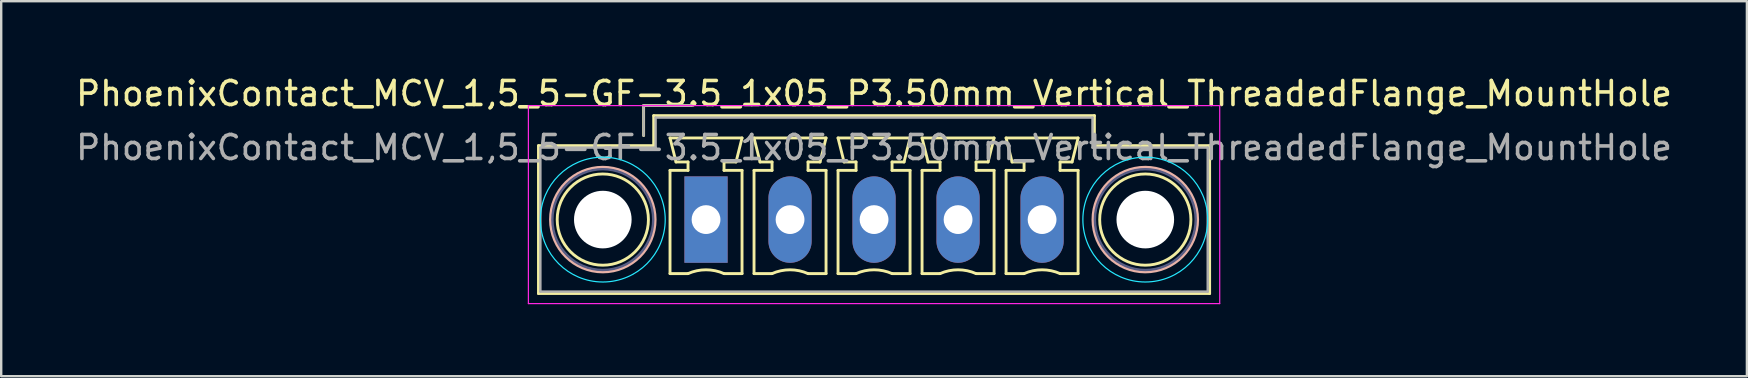
<source format=kicad_pcb>
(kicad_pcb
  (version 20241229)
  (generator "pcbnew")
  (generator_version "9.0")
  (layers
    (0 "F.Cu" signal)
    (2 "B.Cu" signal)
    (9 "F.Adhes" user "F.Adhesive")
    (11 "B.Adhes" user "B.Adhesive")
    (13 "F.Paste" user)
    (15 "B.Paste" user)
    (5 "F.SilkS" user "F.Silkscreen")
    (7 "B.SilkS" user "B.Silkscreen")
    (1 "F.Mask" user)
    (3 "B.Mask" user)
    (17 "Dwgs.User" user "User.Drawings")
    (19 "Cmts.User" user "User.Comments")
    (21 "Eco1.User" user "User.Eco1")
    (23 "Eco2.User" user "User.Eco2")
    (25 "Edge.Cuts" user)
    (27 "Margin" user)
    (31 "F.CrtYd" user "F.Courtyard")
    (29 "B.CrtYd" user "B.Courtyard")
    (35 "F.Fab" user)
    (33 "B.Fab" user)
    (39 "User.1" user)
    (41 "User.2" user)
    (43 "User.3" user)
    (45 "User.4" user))
  (footprint "PhoenixContact_MCV_1,5_5-GF-3.5_1x05_P3.50mm_Vertical_ThreadedFlange_MountHole"
    (layer "F.Cu")
    (at 26.363 6.098)
    (property "Reference" "PhoenixContact_MCV_1,5_5-GF-3.5_1x05_P3.50mm_Vertical_ThreadedFlange_MountHole" (at 7 -5.25 0) (layer "F.SilkS") (effects (font (size 1 1) (thickness 0.15))))
    (attr through_hole)
    (fp_line (start -6.98 -3.08) (end -6.98 3.08) (stroke (width 0.12) (type solid)) (layer "F.SilkS"))
    (fp_line (start -6.98 3.08) (end 20.98 3.08) (stroke (width 0.12) (type solid)) (layer "F.SilkS"))
    (fp_line (start -2.6 -4.75) (end -0.6 -4.75) (stroke (width 0.12) (type solid)) (layer "F.SilkS"))
    (fp_line (start -2.6 -3.5) (end -2.6 -4.75) (stroke (width 0.12) (type solid)) (layer "F.SilkS"))
    (fp_line (start -2.18 -4.33) (end -2.18 -3.08) (stroke (width 0.12) (type solid)) (layer "F.SilkS"))
    (fp_line (start -2.18 -3.08) (end -6.98 -3.08) (stroke (width 0.12) (type solid)) (layer "F.SilkS"))
    (fp_line (start -1.5 -3.4) (end 1.5 -3.4) (stroke (width 0.12) (type solid)) (layer "F.SilkS"))
    (fp_line (start -1.5 -2.05) (end -0.75 -2.05) (stroke (width 0.12) (type solid)) (layer "F.SilkS"))
    (fp_line (start -1.5 2.25) (end -1.5 -2.05) (stroke (width 0.12) (type solid)) (layer "F.SilkS"))
    (fp_line (start -1.25 -2.4) (end -1.5 -3.4) (stroke (width 0.12) (type solid)) (layer "F.SilkS"))
    (fp_line (start -0.75 -2.4) (end -1.25 -2.4) (stroke (width 0.12) (type solid)) (layer "F.SilkS"))
    (fp_line (start -0.75 -2.05) (end -0.75 -2.4) (stroke (width 0.12) (type solid)) (layer "F.SilkS"))
    (fp_line (start -0.75 2.25) (end -1.5 2.25) (stroke (width 0.12) (type solid)) (layer "F.SilkS"))
    (fp_line (start 0.75 -2.4) (end 0.75 -2.05) (stroke (width 0.12) (type solid)) (layer "F.SilkS"))
    (fp_line (start 0.75 -2.05) (end 1.5 -2.05) (stroke (width 0.12) (type solid)) (layer "F.SilkS"))
    (fp_line (start 1.25 -2.4) (end 0.75 -2.4) (stroke (width 0.12) (type solid)) (layer "F.SilkS"))
    (fp_line (start 1.5 -3.4) (end 1.25 -2.4) (stroke (width 0.12) (type solid)) (layer "F.SilkS"))
    (fp_line (start 1.5 -2.05) (end 1.5 2.25) (stroke (width 0.12) (type solid)) (layer "F.SilkS"))
    (fp_line (start 1.5 2.25) (end 0.75 2.25) (stroke (width 0.12) (type solid)) (layer "F.SilkS"))
    (fp_line (start 2 -3.4) (end 5 -3.4) (stroke (width 0.12) (type solid)) (layer "F.SilkS"))
    (fp_line (start 2 -2.05) (end 2.75 -2.05) (stroke (width 0.12) (type solid)) (layer "F.SilkS"))
    (fp_line (start 2 2.25) (end 2 -2.05) (stroke (width 0.12) (type solid)) (layer "F.SilkS"))
    (fp_line (start 2.25 -2.4) (end 2 -3.4) (stroke (width 0.12) (type solid)) (layer "F.SilkS"))
    (fp_line (start 2.75 -2.4) (end 2.25 -2.4) (stroke (width 0.12) (type solid)) (layer "F.SilkS"))
    (fp_line (start 2.75 -2.05) (end 2.75 -2.4) (stroke (width 0.12) (type solid)) (layer "F.SilkS"))
    (fp_line (start 2.75 2.25) (end 2 2.25) (stroke (width 0.12) (type solid)) (layer "F.SilkS"))
    (fp_line (start 4.25 -2.4) (end 4.25 -2.05) (stroke (width 0.12) (type solid)) (layer "F.SilkS"))
    (fp_line (start 4.25 -2.05) (end 5 -2.05) (stroke (width 0.12) (type solid)) (layer "F.SilkS"))
    (fp_line (start 4.75 -2.4) (end 4.25 -2.4) (stroke (width 0.12) (type solid)) (layer "F.SilkS"))
    (fp_line (start 5 -3.4) (end 4.75 -2.4) (stroke (width 0.12) (type solid)) (layer "F.SilkS"))
    (fp_line (start 5 -2.05) (end 5 2.25) (stroke (width 0.12) (type solid)) (layer "F.SilkS"))
    (fp_line (start 5 2.25) (end 4.25 2.25) (stroke (width 0.12) (type solid)) (layer "F.SilkS"))
    (fp_line (start 5.5 -3.4) (end 8.5 -3.4) (stroke (width 0.12) (type solid)) (layer "F.SilkS"))
    (fp_line (start 5.5 -2.05) (end 6.25 -2.05) (stroke (width 0.12) (type solid)) (layer "F.SilkS"))
    (fp_line (start 5.5 2.25) (end 5.5 -2.05) (stroke (width 0.12) (type solid)) (layer "F.SilkS"))
    (fp_line (start 5.75 -2.4) (end 5.5 -3.4) (stroke (width 0.12) (type solid)) (layer "F.SilkS"))
    (fp_line (start 6.25 -2.4) (end 5.75 -2.4) (stroke (width 0.12) (type solid)) (layer "F.SilkS"))
    (fp_line (start 6.25 -2.05) (end 6.25 -2.4) (stroke (width 0.12) (type solid)) (layer "F.SilkS"))
    (fp_line (start 6.25 2.25) (end 5.5 2.25) (stroke (width 0.12) (type solid)) (layer "F.SilkS"))
    (fp_line (start 7.75 -2.4) (end 7.75 -2.05) (stroke (width 0.12) (type solid)) (layer "F.SilkS"))
    (fp_line (start 7.75 -2.05) (end 8.5 -2.05) (stroke (width 0.12) (type solid)) (layer "F.SilkS"))
    (fp_line (start 8.25 -2.4) (end 7.75 -2.4) (stroke (width 0.12) (type solid)) (layer "F.SilkS"))
    (fp_line (start 8.5 -3.4) (end 8.25 -2.4) (stroke (width 0.12) (type solid)) (layer "F.SilkS"))
    (fp_line (start 8.5 -2.05) (end 8.5 2.25) (stroke (width 0.12) (type solid)) (layer "F.SilkS"))
    (fp_line (start 8.5 2.25) (end 7.75 2.25) (stroke (width 0.12) (type solid)) (layer "F.SilkS"))
    (fp_line (start 9 -3.4) (end 12 -3.4) (stroke (width 0.12) (type solid)) (layer "F.SilkS"))
    (fp_line (start 9 -2.05) (end 9.75 -2.05) (stroke (width 0.12) (type solid)) (layer "F.SilkS"))
    (fp_line (start 9 2.25) (end 9 -2.05) (stroke (width 0.12) (type solid)) (layer "F.SilkS"))
    (fp_line (start 9.25 -2.4) (end 9 -3.4) (stroke (width 0.12) (type solid)) (layer "F.SilkS"))
    (fp_line (start 9.75 -2.4) (end 9.25 -2.4) (stroke (width 0.12) (type solid)) (layer "F.SilkS"))
    (fp_line (start 9.75 -2.05) (end 9.75 -2.4) (stroke (width 0.12) (type solid)) (layer "F.SilkS"))
    (fp_line (start 9.75 2.25) (end 9 2.25) (stroke (width 0.12) (type solid)) (layer "F.SilkS"))
    (fp_line (start 11.25 -2.4) (end 11.25 -2.05) (stroke (width 0.12) (type solid)) (layer "F.SilkS"))
    (fp_line (start 11.25 -2.05) (end 12 -2.05) (stroke (width 0.12) (type solid)) (layer "F.SilkS"))
    (fp_line (start 11.75 -2.4) (end 11.25 -2.4) (stroke (width 0.12) (type solid)) (layer "F.SilkS"))
    (fp_line (start 12 -3.4) (end 11.75 -2.4) (stroke (width 0.12) (type solid)) (layer "F.SilkS"))
    (fp_line (start 12 -2.05) (end 12 2.25) (stroke (width 0.12) (type solid)) (layer "F.SilkS"))
    (fp_line (start 12 2.25) (end 11.25 2.25) (stroke (width 0.12) (type solid)) (layer "F.SilkS"))
    (fp_line (start 12.5 -3.4) (end 15.5 -3.4) (stroke (width 0.12) (type solid)) (layer "F.SilkS"))
    (fp_line (start 12.5 -2.05) (end 13.25 -2.05) (stroke (width 0.12) (type solid)) (layer "F.SilkS"))
    (fp_line (start 12.5 2.25) (end 12.5 -2.05) (stroke (width 0.12) (type solid)) (layer "F.SilkS"))
    (fp_line (start 12.75 -2.4) (end 12.5 -3.4) (stroke (width 0.12) (type solid)) (layer "F.SilkS"))
    (fp_line (start 13.25 -2.4) (end 12.75 -2.4) (stroke (width 0.12) (type solid)) (layer "F.SilkS"))
    (fp_line (start 13.25 -2.05) (end 13.25 -2.4) (stroke (width 0.12) (type solid)) (layer "F.SilkS"))
    (fp_line (start 13.25 2.25) (end 12.5 2.25) (stroke (width 0.12) (type solid)) (layer "F.SilkS"))
    (fp_line (start 14.75 -2.4) (end 14.75 -2.05) (stroke (width 0.12) (type solid)) (layer "F.SilkS"))
    (fp_line (start 14.75 -2.05) (end 15.5 -2.05) (stroke (width 0.12) (type solid)) (layer "F.SilkS"))
    (fp_line (start 15.25 -2.4) (end 14.75 -2.4) (stroke (width 0.12) (type solid)) (layer "F.SilkS"))
    (fp_line (start 15.5 -3.4) (end 15.25 -2.4) (stroke (width 0.12) (type solid)) (layer "F.SilkS"))
    (fp_line (start 15.5 -2.05) (end 15.5 2.25) (stroke (width 0.12) (type solid)) (layer "F.SilkS"))
    (fp_line (start 15.5 2.25) (end 14.75 2.25) (stroke (width 0.12) (type solid)) (layer "F.SilkS"))
    (fp_line (start 16.18 -4.33) (end -2.18 -4.33) (stroke (width 0.12) (type solid)) (layer "F.SilkS"))
    (fp_line (start 16.18 -3.08) (end 16.18 -4.33) (stroke (width 0.12) (type solid)) (layer "F.SilkS"))
    (fp_line (start 20.98 -3.08) (end 16.18 -3.08) (stroke (width 0.12) (type solid)) (layer "F.SilkS"))
    (fp_line (start 20.98 3.08) (end 20.98 -3.08) (stroke (width 0.12) (type solid)) (layer "F.SilkS"))
    (fp_arc (start -0.75 2.25) (mid -0.000193 2.09191) (end 0.749647 2.249844) (stroke (width 0.12) (type solid)) (layer "F.SilkS"))
    (fp_arc (start 2.75 2.25) (mid 3.499807 2.09191) (end 4.249647 2.249844) (stroke (width 0.12) (type solid)) (layer "F.SilkS"))
    (fp_arc (start 6.25 2.25) (mid 6.999807 2.09191) (end 7.749647 2.249844) (stroke (width 0.12) (type solid)) (layer "F.SilkS"))
    (fp_arc (start 9.75 2.25) (mid 10.499807 2.09191) (end 11.249647 2.249844) (stroke (width 0.12) (type solid)) (layer "F.SilkS"))
    (fp_arc (start 13.25 2.25) (mid 13.999807 2.09191) (end 14.749647 2.249844) (stroke (width 0.12) (type solid)) (layer "F.SilkS"))
    (fp_circle (center -4.3 0) (end -2.4 0) (stroke (width 0.12) (type solid)) (fill no) (layer "F.SilkS"))
    (fp_circle (center 18.3 0) (end 20.2 0) (stroke (width 0.12) (type solid)) (fill no) (layer "F.SilkS"))
    (fp_circle (center -4.3 0) (end -2.12 0) (stroke (width 0.12) (type solid)) (fill no) (layer "B.SilkS"))
    (fp_circle (center 18.3 0) (end 20.48 0) (stroke (width 0.12) (type solid)) (fill no) (layer "B.SilkS"))
    (fp_circle (center -4.3 0) (end -1.7 0) (stroke (width 0.05) (type solid)) (fill no) (layer "B.CrtYd"))
    (fp_circle (center 18.3 0) (end 20.9 0) (stroke (width 0.05) (type solid)) (fill no) (layer "B.CrtYd"))
    (fp_line (start -7.4 -4.75) (end -7.4 3.5) (stroke (width 0.05) (type solid)) (layer "F.CrtYd"))
    (fp_line (start -7.4 3.5) (end 21.4 3.5) (stroke (width 0.05) (type solid)) (layer "F.CrtYd"))
    (fp_line (start 21.4 -4.75) (end -7.4 -4.75) (stroke (width 0.05) (type solid)) (layer "F.CrtYd"))
    (fp_line (start 21.4 3.5) (end 21.4 -4.75) (stroke (width 0.05) (type solid)) (layer "F.CrtYd"))
    (fp_circle (center -4.3 0) (end -2.2 0) (stroke (width 0.1) (type solid)) (fill no) (layer "B.Fab"))
    (fp_circle (center 18.3 0) (end 20.4 0) (stroke (width 0.1) (type solid)) (fill no) (layer "B.Fab"))
    (fp_line (start -6.9 -3) (end -6.9 3) (stroke (width 0.1) (type solid)) (layer "F.Fab"))
    (fp_line (start -6.9 3) (end 20.9 3) (stroke (width 0.1) (type solid)) (layer "F.Fab"))
    (fp_line (start -2.6 -4.75) (end -0.6 -4.75) (stroke (width 0.1) (type solid)) (layer "F.Fab"))
    (fp_line (start -2.6 -3.5) (end -2.6 -4.75) (stroke (width 0.1) (type solid)) (layer "F.Fab"))
    (fp_line (start -2.1 -4.25) (end -2.1 -3) (stroke (width 0.1) (type solid)) (layer "F.Fab"))
    (fp_line (start -2.1 -3) (end -6.9 -3) (stroke (width 0.1) (type solid)) (layer "F.Fab"))
    (fp_line (start 16.1 -4.25) (end -2.1 -4.25) (stroke (width 0.1) (type solid)) (layer "F.Fab"))
    (fp_line (start 16.1 -3) (end 16.1 -4.25) (stroke (width 0.1) (type solid)) (layer "F.Fab"))
    (fp_line (start 20.9 -3) (end 16.1 -3) (stroke (width 0.1) (type solid)) (layer "F.Fab"))
    (fp_line (start 20.9 3) (end 20.9 -3) (stroke (width 0.1) (type solid)) (layer "F.Fab"))
    (fp_text user "${REFERENCE}" (at 7 -3 0) (layer "F.Fab") (effects (font (size 1 1) (thickness 0.15))))
    (pad "" np_thru_hole circle (at -4.3 0) (size 2.4 2.4) (drill 2.4) (layers "*.Cu" "*.Mask"))
    (pad "" np_thru_hole circle (at 18.3 0) (size 2.4 2.4) (drill 2.4) (layers "*.Cu" "*.Mask"))
    (pad "1" thru_hole rect (at 0 0) (size 1.8 3.6) (drill 1.2) (layers "*.Cu" "*.Mask"))
    (pad "2" thru_hole oval (at 3.5 0) (size 1.8 3.6) (drill 1.2) (layers "*.Cu" "*.Mask"))
    (pad "3" thru_hole oval (at 7 0) (size 1.8 3.6) (drill 1.2) (layers "*.Cu" "*.Mask"))
    (pad "4" thru_hole oval (at 10.5 0) (size 1.8 3.6) (drill 1.2) (layers "*.Cu" "*.Mask"))
    (pad "5" thru_hole oval (at 14 0) (size 1.8 3.6) (drill 1.2) (layers "*.Cu" "*.Mask")))
  (gr_rect
    (start -3 -3)
    (end 69.726 12.623)
    (stroke (width 0.1) (type default))
    (fill no)
    (layer "Edge.Cuts")))
</source>
